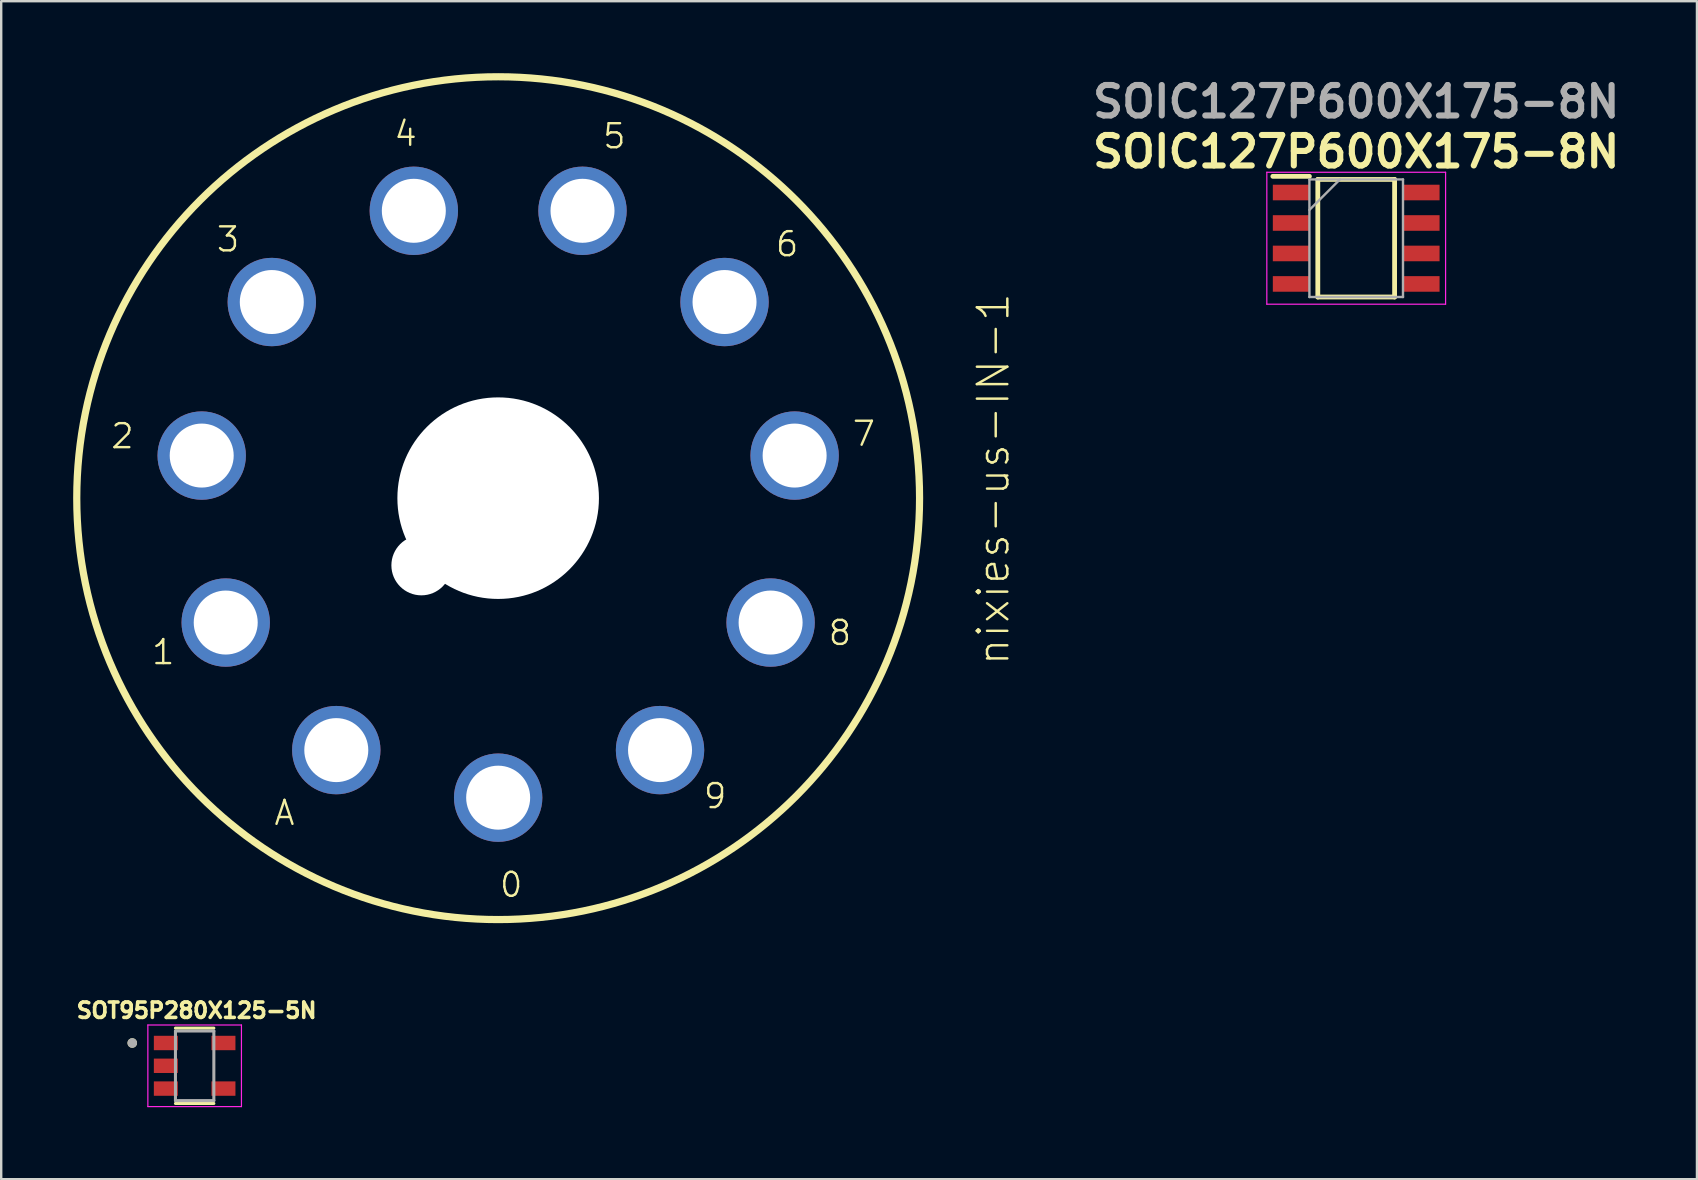
<source format=kicad_pcb>
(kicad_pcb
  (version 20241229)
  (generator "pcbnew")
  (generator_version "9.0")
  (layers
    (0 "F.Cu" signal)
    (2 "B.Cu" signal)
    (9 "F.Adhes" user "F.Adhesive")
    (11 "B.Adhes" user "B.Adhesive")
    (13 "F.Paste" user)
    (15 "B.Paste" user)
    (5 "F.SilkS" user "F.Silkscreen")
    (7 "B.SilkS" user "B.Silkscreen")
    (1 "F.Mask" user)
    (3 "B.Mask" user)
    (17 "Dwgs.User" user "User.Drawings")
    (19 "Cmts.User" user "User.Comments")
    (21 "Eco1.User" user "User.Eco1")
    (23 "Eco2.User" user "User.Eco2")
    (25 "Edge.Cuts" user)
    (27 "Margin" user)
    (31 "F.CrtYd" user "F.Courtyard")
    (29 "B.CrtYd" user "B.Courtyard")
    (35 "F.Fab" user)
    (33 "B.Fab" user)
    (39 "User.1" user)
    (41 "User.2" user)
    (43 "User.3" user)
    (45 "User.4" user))
  (footprint "nixies-us-IN-1"
    (layer "F.Cu")
    (at 17.711 17.711)
    (property "Reference" "nixies-us-IN-1" (at 20.637 -0.792 90) (layer "F.SilkS") (effects (font (size 1.27 1.27) (thickness 0.102))))
    (attr exclude_from_pos_files exclude_from_bom)
    (fp_circle (center 0 0) (end 0 -17.562) (stroke (width 0.3) (type solid)) (fill no) (layer "F.SilkS"))
    (fp_text user "7" (at 14.7 -2.1 0) (unlocked yes) (layer "F.SilkS") (effects (font (size 1 1) (thickness 0.1)) (justify left bottom)))
    (fp_text user "0" (at 0 16.7 0) (unlocked yes) (layer "F.SilkS") (effects (font (size 1 1) (thickness 0.1)) (justify left bottom)))
    (fp_text user "4" (at -4.4 -14.6 0) (unlocked yes) (layer "F.SilkS") (effects (font (size 1 1) (thickness 0.1)) (justify left bottom)))
    (fp_text user "1" (at -14.5 7 0) (unlocked yes) (layer "F.SilkS") (effects (font (size 1 1) (thickness 0.1)) (justify left bottom)))
    (fp_text user "8" (at 13.7 6.2 0) (unlocked yes) (layer "F.SilkS") (effects (font (size 1 1) (thickness 0.1)) (justify left bottom)))
    (fp_text user "9" (at 8.5 13 0) (unlocked yes) (layer "F.SilkS") (effects (font (size 1 1) (thickness 0.1)) (justify left bottom)))
    (fp_text user "2" (at -16.2 -2 0) (unlocked yes) (layer "F.SilkS") (effects (font (size 1 1) (thickness 0.1)) (justify left bottom)))
    (fp_text user "6" (at 11.5 -10 0) (unlocked yes) (layer "F.SilkS") (effects (font (size 1 1) (thickness 0.1)) (justify left bottom)))
    (fp_text user "5" (at 4.3 -14.5 0) (unlocked yes) (layer "F.SilkS") (effects (font (size 1 1) (thickness 0.1)) (justify left bottom)))
    (fp_text user "A" (at -9.4 13.7 0) (unlocked yes) (layer "F.SilkS") (effects (font (size 1 1) (thickness 0.1)) (justify left bottom)))
    (fp_text user "3" (at -11.8 -10.2 0) (unlocked yes) (layer "F.SilkS") (effects (font (size 1 1) (thickness 0.1)) (justify left bottom)))
    (pad "" np_thru_hole circle (at -3.2 2.8) (size 2.5 2.5) (drill 2.5) (layers "*.Cu" "*.Mask"))
    (pad "" np_thru_hole circle (at 0 0) (size 8.4 8.4) (drill 8.4) (layers "*.Cu" "*.Mask"))
    (pad "0" thru_hole circle (at 0 12.482) (size 3.683 3.683) (drill 2.667) (layers "*.Cu" "*.Mask"))
    (pad "1" thru_hole circle (at -11.354 5.184) (size 3.683 3.683) (drill 2.667) (layers "*.Cu" "*.Mask"))
    (pad "2" thru_hole circle (at -12.355 -1.775) (size 3.683 3.683) (drill 2.667) (layers "*.Cu" "*.Mask"))
    (pad "3" thru_hole circle (at -9.434 -8.174) (size 3.683 3.683) (drill 2.667) (layers "*.Cu" "*.Mask"))
    (pad "4" thru_hole circle (at -3.515 -11.976) (size 3.683 3.683) (drill 2.667) (layers "*.Cu" "*.Mask"))
    (pad "5" thru_hole circle (at 3.515 -11.976) (size 3.683 3.683) (drill 2.667) (layers "*.Cu" "*.Mask"))
    (pad "6" thru_hole circle (at 9.434 -8.174) (size 3.683 3.683) (drill 2.667) (layers "*.Cu" "*.Mask"))
    (pad "7" thru_hole circle (at 12.355 -1.775) (size 3.683 3.683) (drill 2.667) (layers "*.Cu" "*.Mask"))
    (pad "8" thru_hole circle (at 11.354 5.184) (size 3.683 3.683) (drill 2.667) (layers "*.Cu" "*.Mask"))
    (pad "9" thru_hole circle (at 6.746 10.5) (size 3.683 3.683) (drill 2.667) (layers "*.Cu" "*.Mask"))
    (pad "A" thru_hole circle (at -6.746 10.5) (size 3.683 3.683) (drill 2.667) (layers "*.Cu" "*.Mask")))
  (footprint "SOT95P280X125-5N"
    (layer "F.Cu")
    (at 5.062 41.367)
    (property "Reference" "SOT95P280X125-5N" (at 0.082 -2.306 0) (layer "F.SilkS") (effects (font (size 0.64 0.64) (thickness 0.15))))
    (attr smd)
    (fp_line (start -0.8 -1.57) (end 0.8 -1.57) (stroke (width 0.127) (type solid)) (layer "F.SilkS"))
    (fp_line (start 0.8 1.57) (end -0.8 1.57) (stroke (width 0.127) (type solid)) (layer "F.SilkS"))
    (fp_circle (center -2.6 -0.95) (end -2.5 -0.95) (stroke (width 0.2) (type solid)) (fill no) (layer "F.SilkS"))
    (fp_line (start -1.95 -1.7) (end -1.95 1.7) (stroke (width 0.05) (type solid)) (layer "F.CrtYd"))
    (fp_line (start -1.95 1.7) (end 1.95 1.7) (stroke (width 0.05) (type solid)) (layer "F.CrtYd"))
    (fp_line (start 1.95 -1.7) (end -1.95 -1.7) (stroke (width 0.05) (type solid)) (layer "F.CrtYd"))
    (fp_line (start 1.95 1.7) (end 1.95 -1.7) (stroke (width 0.05) (type solid)) (layer "F.CrtYd"))
    (fp_line (start -0.8 -1.45) (end 0.8 -1.45) (stroke (width 0.127) (type solid)) (layer "F.Fab"))
    (fp_line (start -0.8 1.45) (end -0.8 -1.45) (stroke (width 0.127) (type solid)) (layer "F.Fab"))
    (fp_line (start 0.8 -1.45) (end 0.8 1.45) (stroke (width 0.127) (type solid)) (layer "F.Fab"))
    (fp_line (start 0.8 1.45) (end -0.8 1.45) (stroke (width 0.127) (type solid)) (layer "F.Fab"))
    (fp_circle (center -2.6 -0.95) (end -2.5 -0.95) (stroke (width 0.2) (type solid)) (fill no) (layer "F.Fab"))
    (pad "1" smd rect (at -1.2 -0.95) (size 1 0.6) (layers "F.Cu" "F.Mask" "F.Paste"))
    (pad "2" smd rect (at -1.2 0) (size 1 0.6) (layers "F.Cu" "F.Mask" "F.Paste"))
    (pad "3" smd rect (at -1.2 0.95) (size 1 0.6) (layers "F.Cu" "F.Mask" "F.Paste"))
    (pad "4" smd rect (at 1.2 0.95) (size 1 0.6) (layers "F.Cu" "F.Mask" "F.Paste"))
    (pad "5" smd rect (at 1.2 -0.95) (size 1 0.6) (layers "F.Cu" "F.Mask" "F.Paste")))
  (footprint "SOIC127P600X175-8N"
    (layer "F.Cu")
    (at 53.47 6.878)
    (property "Reference" "SOIC127P600X175-8N" (at 0 -3.607 0) (layer "F.SilkS") (effects (font (size 1.27 1.27) (thickness 0.254))))
    (attr smd)
    (fp_line (start -3.475 -2.58) (end -1.95 -2.58) (stroke (width 0.2) (type solid)) (layer "F.SilkS"))
    (fp_line (start -1.6 -2.45) (end 1.6 -2.45) (stroke (width 0.2) (type solid)) (layer "F.SilkS"))
    (fp_line (start -1.6 2.45) (end -1.6 -2.45) (stroke (width 0.2) (type solid)) (layer "F.SilkS"))
    (fp_line (start 1.6 -2.45) (end 1.6 2.45) (stroke (width 0.2) (type solid)) (layer "F.SilkS"))
    (fp_line (start 1.6 2.45) (end -1.6 2.45) (stroke (width 0.2) (type solid)) (layer "F.SilkS"))
    (fp_line (start -3.725 -2.75) (end 3.725 -2.75) (stroke (width 0.05) (type solid)) (layer "F.CrtYd"))
    (fp_line (start -3.725 2.75) (end -3.725 -2.75) (stroke (width 0.05) (type solid)) (layer "F.CrtYd"))
    (fp_line (start 3.725 -2.75) (end 3.725 2.75) (stroke (width 0.05) (type solid)) (layer "F.CrtYd"))
    (fp_line (start 3.725 2.75) (end -3.725 2.75) (stroke (width 0.05) (type solid)) (layer "F.CrtYd"))
    (fp_line (start -1.95 -2.45) (end 1.95 -2.45) (stroke (width 0.1) (type solid)) (layer "F.Fab"))
    (fp_line (start -1.95 -1.18) (end -0.68 -2.45) (stroke (width 0.1) (type solid)) (layer "F.Fab"))
    (fp_line (start -1.95 2.45) (end -1.95 -2.45) (stroke (width 0.1) (type solid)) (layer "F.Fab"))
    (fp_line (start 1.95 -2.45) (end 1.95 2.45) (stroke (width 0.1) (type solid)) (layer "F.Fab"))
    (fp_line (start 1.95 2.45) (end -1.95 2.45) (stroke (width 0.1) (type solid)) (layer "F.Fab"))
    (fp_text user "${REFERENCE}" (at 0 -5.69 0) (layer "F.Fab") (effects (font (size 1.27 1.27) (thickness 0.254))))
    (pad "1" smd rect (at -2.712 -1.905 90) (size 0.65 1.525) (layers "F.Cu" "F.Mask" "F.Paste"))
    (pad "2" smd rect (at -2.712 -0.635 90) (size 0.65 1.525) (layers "F.Cu" "F.Mask" "F.Paste"))
    (pad "3" smd rect (at -2.712 0.635 90) (size 0.65 1.525) (layers "F.Cu" "F.Mask" "F.Paste"))
    (pad "4" smd rect (at -2.712 1.905 90) (size 0.65 1.525) (layers "F.Cu" "F.Mask" "F.Paste"))
    (pad "5" smd rect (at 2.712 1.905 90) (size 0.65 1.525) (layers "F.Cu" "F.Mask" "F.Paste"))
    (pad "6" smd rect (at 2.712 0.635 90) (size 0.65 1.525) (layers "F.Cu" "F.Mask" "F.Paste"))
    (pad "7" smd rect (at 2.712 -0.635 90) (size 0.65 1.525) (layers "F.Cu" "F.Mask" "F.Paste"))
    (pad "8" smd rect (at 2.712 -1.905 90) (size 0.65 1.525) (layers "F.Cu" "F.Mask" "F.Paste")))
  (gr_rect
    (start -3 -3)
    (end 67.671 46.092)
    (stroke (width 0.1) (type default))
    (fill no)
    (layer "Edge.Cuts")))
</source>
